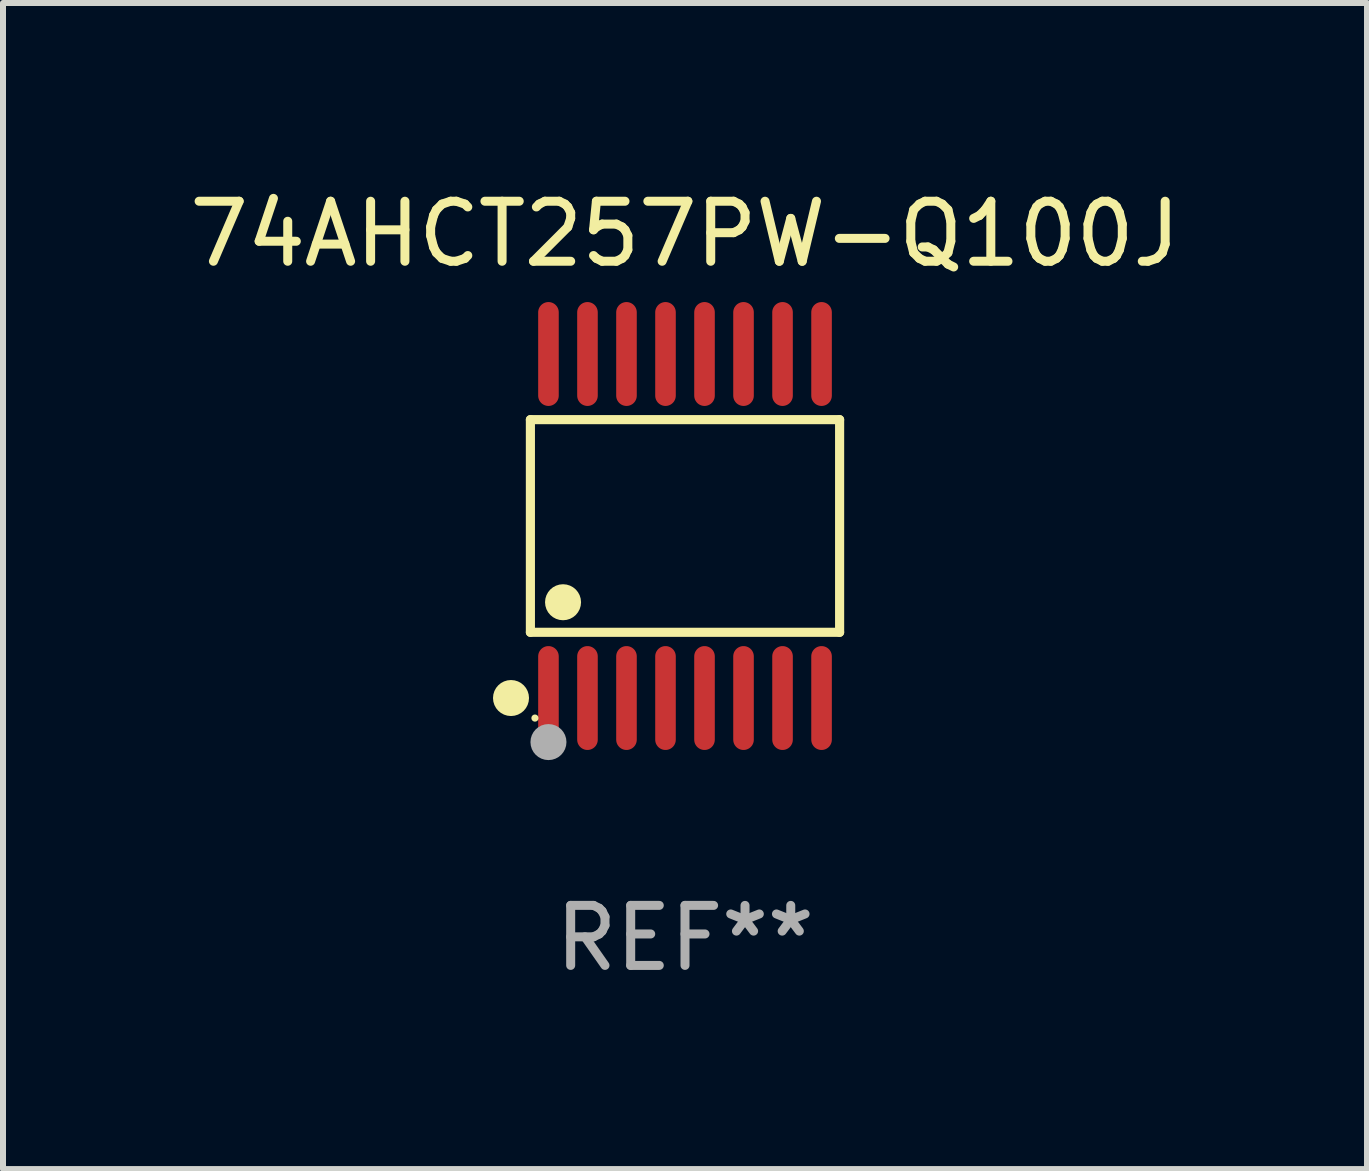
<source format=kicad_pcb>
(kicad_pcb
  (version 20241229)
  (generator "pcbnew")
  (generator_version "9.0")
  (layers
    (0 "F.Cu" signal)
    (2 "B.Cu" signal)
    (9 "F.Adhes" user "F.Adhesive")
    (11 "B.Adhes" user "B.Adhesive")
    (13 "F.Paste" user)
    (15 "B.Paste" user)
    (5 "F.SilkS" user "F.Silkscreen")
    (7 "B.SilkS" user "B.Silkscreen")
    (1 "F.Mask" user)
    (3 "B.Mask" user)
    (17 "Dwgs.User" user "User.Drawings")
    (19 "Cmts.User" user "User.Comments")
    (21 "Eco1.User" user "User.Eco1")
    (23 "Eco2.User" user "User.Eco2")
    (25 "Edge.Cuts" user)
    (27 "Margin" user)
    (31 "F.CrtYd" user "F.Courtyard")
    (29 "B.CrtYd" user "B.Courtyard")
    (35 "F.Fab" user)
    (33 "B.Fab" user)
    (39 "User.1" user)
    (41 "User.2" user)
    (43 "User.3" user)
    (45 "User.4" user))
  (footprint "74AHCT257PW-Q100J"
    (layer "F.Cu")
    (at 8.363 5.714)
    (property "Reference" "74AHCT257PW-Q100J" (at 0 -4.866 0) (layer "F.SilkS") (effects (font (size 1 1) (thickness 0.15))))
    (attr through_hole)
    (fp_line (start -2.576 -1.772) (end 2.576 -1.772) (stroke (width 0.152) (type solid)) (layer "F.SilkS"))
    (fp_line (start -2.576 1.771) (end -2.576 -1.772) (stroke (width 0.152) (type solid)) (layer "F.SilkS"))
    (fp_line (start 2.576 -1.772) (end 2.576 1.771) (stroke (width 0.152) (type solid)) (layer "F.SilkS"))
    (fp_line (start 2.576 1.771) (end -2.576 1.771) (stroke (width 0.152) (type solid)) (layer "F.SilkS"))
    (fp_circle (center -2.899 2.866) (end -2.749 2.866) (stroke (width 0.3) (type solid)) (fill no) (layer "F.SilkS"))
    (fp_circle (center -2.5 3.2) (end -2.47 3.2) (stroke (width 0.06) (type solid)) (fill no) (layer "F.SilkS"))
    (fp_circle (center -2.032 1.27) (end -1.882 1.27) (stroke (width 0.3) (type solid)) (fill no) (layer "F.SilkS"))
    (fp_circle (center -2.275 3.6) (end -2.125 3.6) (stroke (width 0.3) (type solid)) (fill no) (layer "F.Fab"))
    (fp_text user "REF**" (at 0 6.866 0) (layer "F.Fab") (effects (font (size 1 1) (thickness 0.15))))
    (pad "1" smd oval (at -2.275 2.866) (size 0.343 1.731) (layers "F.Cu" "F.Mask" "F.Paste"))
    (pad "2" smd oval (at -1.625 2.866) (size 0.343 1.731) (layers "F.Cu" "F.Mask" "F.Paste"))
    (pad "3" smd oval (at -0.975 2.866) (size 0.343 1.731) (layers "F.Cu" "F.Mask" "F.Paste"))
    (pad "4" smd oval (at -0.325 2.866) (size 0.343 1.731) (layers "F.Cu" "F.Mask" "F.Paste"))
    (pad "5" smd oval (at 0.325 2.866) (size 0.343 1.731) (layers "F.Cu" "F.Mask" "F.Paste"))
    (pad "6" smd oval (at 0.975 2.866) (size 0.343 1.731) (layers "F.Cu" "F.Mask" "F.Paste"))
    (pad "7" smd oval (at 1.625 2.866) (size 0.343 1.731) (layers "F.Cu" "F.Mask" "F.Paste"))
    (pad "8" smd oval (at 2.275 2.866) (size 0.343 1.731) (layers "F.Cu" "F.Mask" "F.Paste"))
    (pad "9" smd oval (at 2.275 -2.866) (size 0.343 1.731) (layers "F.Cu" "F.Mask" "F.Paste"))
    (pad "10" smd oval (at 1.625 -2.866) (size 0.343 1.731) (layers "F.Cu" "F.Mask" "F.Paste"))
    (pad "11" smd oval (at 0.975 -2.866) (size 0.343 1.731) (layers "F.Cu" "F.Mask" "F.Paste"))
    (pad "12" smd oval (at 0.325 -2.866) (size 0.343 1.731) (layers "F.Cu" "F.Mask" "F.Paste"))
    (pad "13" smd oval (at -0.325 -2.866) (size 0.343 1.731) (layers "F.Cu" "F.Mask" "F.Paste"))
    (pad "14" smd oval (at -0.975 -2.866) (size 0.343 1.731) (layers "F.Cu" "F.Mask" "F.Paste"))
    (pad "15" smd oval (at -1.625 -2.866) (size 0.343 1.731) (layers "F.Cu" "F.Mask" "F.Paste"))
    (pad "16" smd oval (at -2.275 -2.866) (size 0.343 1.731) (layers "F.Cu" "F.Mask" "F.Paste")))
  (gr_rect
    (start -3 -3)
    (end 19.726 16.428)
    (stroke (width 0.1) (type default))
    (fill no)
    (layer "Edge.Cuts")))
</source>
